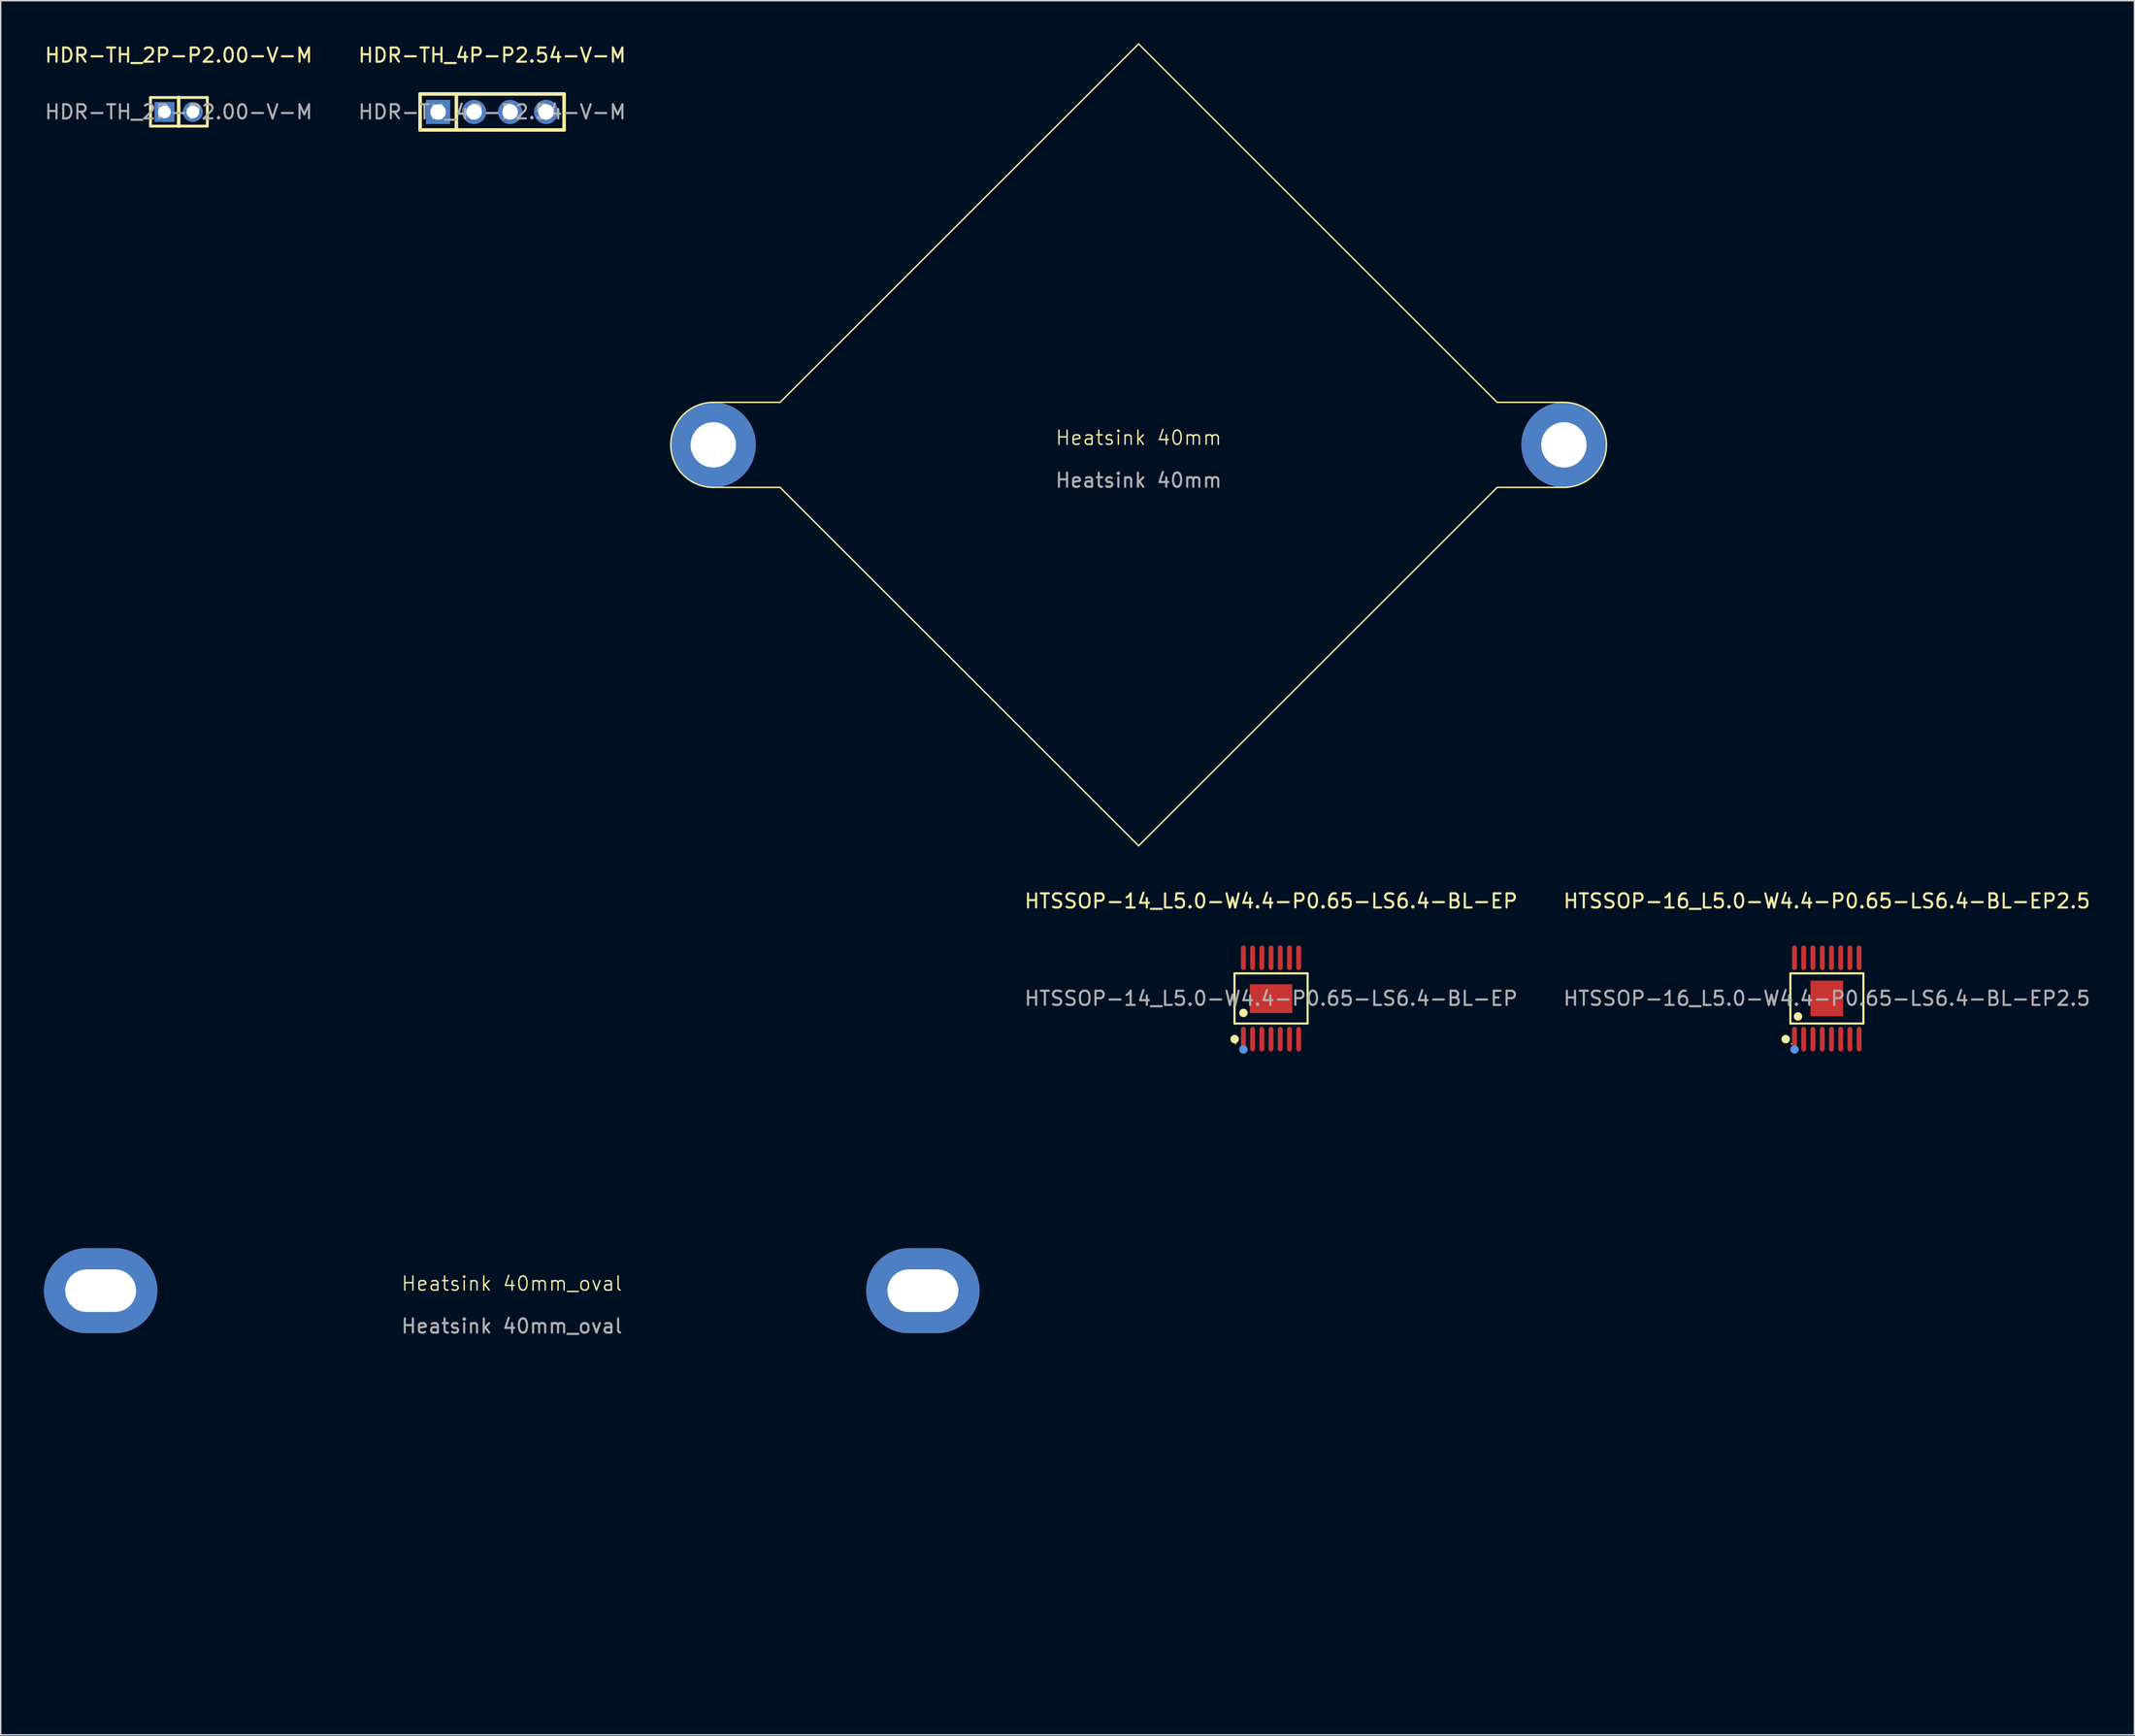
<source format=kicad_pcb>
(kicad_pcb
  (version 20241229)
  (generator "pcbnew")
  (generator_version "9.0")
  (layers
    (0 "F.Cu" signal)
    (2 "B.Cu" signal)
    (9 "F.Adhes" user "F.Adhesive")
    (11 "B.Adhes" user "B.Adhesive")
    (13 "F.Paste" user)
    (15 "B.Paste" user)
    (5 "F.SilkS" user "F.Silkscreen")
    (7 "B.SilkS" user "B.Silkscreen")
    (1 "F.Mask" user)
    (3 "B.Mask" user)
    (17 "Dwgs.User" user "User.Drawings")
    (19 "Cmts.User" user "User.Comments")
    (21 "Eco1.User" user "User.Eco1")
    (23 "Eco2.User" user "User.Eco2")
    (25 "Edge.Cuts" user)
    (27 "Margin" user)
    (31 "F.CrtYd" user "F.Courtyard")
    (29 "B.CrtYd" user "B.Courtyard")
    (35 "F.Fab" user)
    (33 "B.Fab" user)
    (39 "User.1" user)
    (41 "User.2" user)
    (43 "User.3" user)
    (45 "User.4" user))
  (footprint "HTSSOP-14_L5.0-W4.4-P0.65-LS6.4-BL-EP"
    (layer "F.Cu")
    (at 86.606 67.387)
    (property "Reference" "HTSSOP-14_L5.0-W4.4-P0.65-LS6.4-BL-EP" (at 0 -6.87 0) (layer "F.SilkS") (effects (font (size 1 1) (thickness 0.15))))
    (attr smd)
    (fp_line (start -2.58 -1.77) (end 2.58 -1.77) (stroke (width 0.15) (type solid)) (layer "F.SilkS"))
    (fp_line (start -2.58 1.77) (end -2.58 -1.77) (stroke (width 0.15) (type solid)) (layer "F.SilkS"))
    (fp_line (start 2.58 -1.77) (end 2.58 1.77) (stroke (width 0.15) (type solid)) (layer "F.SilkS"))
    (fp_line (start 2.58 1.77) (end -2.58 1.77) (stroke (width 0.15) (type solid)) (layer "F.SilkS"))
    (fp_circle (center -2.57 2.87) (end -2.42 2.87) (stroke (width 0.3) (type solid)) (fill no) (layer "F.SilkS"))
    (fp_circle (center -1.95 1.02) (end -1.8 1.02) (stroke (width 0.3) (type solid)) (fill no) (layer "F.SilkS"))
    (fp_circle (center -1.95 3.6) (end -1.8 3.6) (stroke (width 0.3) (type solid)) (fill no) (layer "Cmts.User"))
    (fp_circle (center -2.5 3.2) (end -2.47 3.2) (stroke (width 0.06) (type solid)) (fill no) (layer "F.Fab"))
    (fp_text user "${REFERENCE}" (at 0 0 0) (layer "F.Fab") (effects (font (size 1 1) (thickness 0.15))))
    (pad "1" smd oval (at -1.95 2.87) (size 0.34 1.73) (layers "F.Cu" "F.Mask" "F.Paste"))
    (pad "2" smd oval (at -1.3 2.87) (size 0.34 1.73) (layers "F.Cu" "F.Mask" "F.Paste"))
    (pad "3" smd oval (at -0.65 2.87) (size 0.34 1.73) (layers "F.Cu" "F.Mask" "F.Paste"))
    (pad "4" smd oval (at 0 2.87) (size 0.34 1.73) (layers "F.Cu" "F.Mask" "F.Paste"))
    (pad "5" smd oval (at 0.65 2.87) (size 0.34 1.73) (layers "F.Cu" "F.Mask" "F.Paste"))
    (pad "6" smd oval (at 1.3 2.87) (size 0.34 1.73) (layers "F.Cu" "F.Mask" "F.Paste"))
    (pad "7" smd oval (at 1.95 2.87) (size 0.34 1.73) (layers "F.Cu" "F.Mask" "F.Paste"))
    (pad "8" smd oval (at 1.95 -2.87) (size 0.34 1.73) (layers "F.Cu" "F.Mask" "F.Paste"))
    (pad "9" smd oval (at 1.3 -2.87) (size 0.34 1.73) (layers "F.Cu" "F.Mask" "F.Paste"))
    (pad "10" smd oval (at 0.65 -2.87) (size 0.34 1.73) (layers "F.Cu" "F.Mask" "F.Paste"))
    (pad "11" smd oval (at 0 -2.87) (size 0.34 1.73) (layers "F.Cu" "F.Mask" "F.Paste"))
    (pad "12" smd oval (at -0.65 -2.87) (size 0.34 1.73) (layers "F.Cu" "F.Mask" "F.Paste"))
    (pad "13" smd oval (at -1.3 -2.87) (size 0.34 1.73) (layers "F.Cu" "F.Mask" "F.Paste"))
    (pad "14" smd oval (at -1.95 -2.87) (size 0.34 1.73) (layers "F.Cu" "F.Mask" "F.Paste"))
    (pad "15" smd rect (at 0 0.015) (size 3 2.03) (layers "F.Cu" "F.Mask" "F.Paste")))
  (footprint "Heatsink 40mm"
    (layer "F.Cu")
    (at 77.264 28.334)
    (property "Reference" "Heatsink 40mm" (at 0 -0.5 0) (unlocked yes) (layer "F.SilkS") (effects (font (size 1 1) (thickness 0.1))))
    (fp_line (start -30 -3) (end -25.29 -3) (stroke (width 0.1) (type default)) (layer "F.SilkS"))
    (fp_line (start -30 3) (end -25.29 3) (stroke (width 0.1) (type default)) (layer "F.SilkS"))
    (fp_line (start 0 -28.284) (end -25.29 -3) (stroke (width 0.1) (type default)) (layer "F.SilkS"))
    (fp_line (start 0 -28.284) (end 25.29 -3) (stroke (width 0.1) (type default)) (layer "F.SilkS"))
    (fp_line (start 0 28.284) (end -25.29 3) (stroke (width 0.1) (type default)) (layer "F.SilkS"))
    (fp_line (start 25.29 3) (end 0 28.284) (stroke (width 0.1) (type default)) (layer "F.SilkS"))
    (fp_line (start 30 -3) (end 25.29 -3) (stroke (width 0.1) (type default)) (layer "F.SilkS"))
    (fp_line (start 30 3) (end 25.29 3) (stroke (width 0.1) (type default)) (layer "F.SilkS"))
    (fp_arc (start -30 3) (mid -33 0) (end -30 -3) (stroke (width 0.1) (type default)) (layer "F.SilkS"))
    (fp_arc (start 30 -3) (mid 33 0) (end 30 3) (stroke (width 0.1) (type default)) (layer "F.SilkS"))
    (fp_text user "${REFERENCE}" (at 0 2.5 0) (unlocked yes) (layer "F.Fab") (effects (font (size 1 1) (thickness 0.15))))
    (pad "" np_thru_hole circle (at -30 0) (size 6 6) (drill 3.2) (layers "*.Cu" "*.Mask"))
    (pad "" np_thru_hole circle (at 30 0) (size 6 6) (drill 3.2) (layers "*.Cu" "*.Mask")))
  (footprint "HDR-TH_2P-P2.00-V-M"
    (layer "F.Cu")
    (at 9.554 4.848)
    (property "Reference" "HDR-TH_2P-P2.00-V-M" (at 0 -4 0) (layer "F.SilkS") (effects (font (size 1 1) (thickness 0.15))))
    (attr smd)
    (fp_line (start -1.99 -1.02) (end 2.02 -1.02) (stroke (width 0.2) (type solid)) (layer "F.SilkS"))
    (fp_line (start -1.99 1) (end -1.99 -1.02) (stroke (width 0.2) (type solid)) (layer "F.SilkS"))
    (fp_line (start 0 -1.02) (end 0 1) (stroke (width 0.25) (type solid)) (layer "F.SilkS"))
    (fp_line (start 2.02 -1.02) (end 2.02 1) (stroke (width 0.2) (type solid)) (layer "F.SilkS"))
    (fp_line (start 2.02 1) (end -1.99 1) (stroke (width 0.2) (type solid)) (layer "F.SilkS"))
    (fp_circle (center -2 1) (end -1.97 1) (stroke (width 0.06) (type solid)) (fill no) (layer "F.Fab"))
    (fp_text user "${REFERENCE}" (at 0 0 0) (layer "F.Fab") (effects (font (size 1 1) (thickness 0.15))))
    (pad "1" thru_hole rect (at -1 0) (size 1.4 1.4) (drill 0.9) (layers "*.Cu" "*.Paste" "*.Mask"))
    (pad "2" thru_hole circle (at 1 0) (size 1.4 1.4) (drill 0.9) (layers "*.Cu" "*.Paste" "*.Mask")))
  (footprint "HDR-TH_4P-P2.54-V-M"
    (layer "F.Cu")
    (at 31.661 4.848)
    (property "Reference" "HDR-TH_4P-P2.54-V-M" (at 0 -4 0) (layer "F.SilkS") (effects (font (size 1 1) (thickness 0.15))))
    (attr smd)
    (fp_line (start -5.08 -1.27) (end -2.52 -1.27) (stroke (width 0.25) (type solid)) (layer "F.SilkS"))
    (fp_line (start -5.08 1.27) (end -5.08 -1.27) (stroke (width 0.25) (type solid)) (layer "F.SilkS"))
    (fp_line (start -2.52 -1.27) (end -2.52 1.27) (stroke (width 0.25) (type solid)) (layer "F.SilkS"))
    (fp_line (start -2.52 -1.27) (end 5.08 -1.27) (stroke (width 0.25) (type solid)) (layer "F.SilkS"))
    (fp_line (start 5.08 -1.27) (end 5.08 1.27) (stroke (width 0.25) (type solid)) (layer "F.SilkS"))
    (fp_line (start 5.08 1.27) (end -5.08 1.27) (stroke (width 0.25) (type solid)) (layer "F.SilkS"))
    (fp_circle (center -5.08 1.25) (end -5.05 1.25) (stroke (width 0.06) (type solid)) (fill no) (layer "F.Fab"))
    (fp_text user "${REFERENCE}" (at 0 0 0) (layer "F.Fab") (effects (font (size 1 1) (thickness 0.15))))
    (pad "1" thru_hole rect (at -3.81 0) (size 1.7 1.7) (drill 1.1) (layers "*.Cu" "*.Paste" "*.Mask"))
    (pad "2" thru_hole circle (at -1.27 0) (size 1.7 1.7) (drill 1.1) (layers "*.Cu" "*.Paste" "*.Mask"))
    (pad "3" thru_hole circle (at 1.27 0) (size 1.7 1.7) (drill 1.1) (layers "*.Cu" "*.Paste" "*.Mask"))
    (pad "4" thru_hole circle (at 3.81 0) (size 1.7 1.7) (drill 1.1) (layers "*.Cu" "*.Paste" "*.Mask")))
  (footprint "Heatsink 40mm_oval"
    (layer "F.Cu")
    (at 33.05 88.003)
    (property "Reference" "Heatsink 40mm_oval" (at 0 -0.5 0) (unlocked yes) (layer "F.SilkS") (effects (font (size 1 1) (thickness 0.1))))
    (fp_line (start -30 -3) (end -25.29 -3) (stroke (width 0.1) (type default)) (layer "User.2"))
    (fp_line (start -30 3) (end -25.29 3) (stroke (width 0.1) (type default)) (layer "User.2"))
    (fp_line (start 0 -28.284) (end -25.29 -3) (stroke (width 0.1) (type default)) (layer "User.2"))
    (fp_line (start 0 -28.284) (end 25.29 -3) (stroke (width 0.1) (type default)) (layer "User.2"))
    (fp_line (start 0 28.284) (end -25.29 3) (stroke (width 0.1) (type default)) (layer "User.2"))
    (fp_line (start 25.29 3) (end 0 28.284) (stroke (width 0.1) (type default)) (layer "User.2"))
    (fp_line (start 30 -3) (end 25.29 -3) (stroke (width 0.1) (type default)) (layer "User.2"))
    (fp_line (start 30 3) (end 25.29 3) (stroke (width 0.1) (type default)) (layer "User.2"))
    (fp_arc (start -30 3) (mid -33 0) (end -30 -3) (stroke (width 0.1) (type default)) (layer "User.2"))
    (fp_arc (start 30 -3) (mid 33 0) (end 30 3) (stroke (width 0.1) (type default)) (layer "User.2"))
    (fp_text user "${REFERENCE}" (at 0 2.5 0) (unlocked yes) (layer "F.Fab") (effects (font (size 1 1) (thickness 0.15))))
    (pad "1" thru_hole oval (at -29 0) (size 8 6) (drill oval 5 3) (layers "*.Cu" "*.Mask"))
    (pad "2" thru_hole oval (at 29 0) (size 8 6) (drill oval 5 3) (layers "*.Cu" "*.Mask")))
  (footprint "HTSSOP-16_L5.0-W4.4-P0.65-LS6.4-BL-EP2.5"
    (layer "F.Cu")
    (at 125.808 67.387)
    (property "Reference" "HTSSOP-16_L5.0-W4.4-P0.65-LS6.4-BL-EP2.5" (at 0 -6.87 0) (layer "F.SilkS") (effects (font (size 1 1) (thickness 0.15))))
    (attr smd)
    (fp_line (start -2.57 -1.77) (end 2.58 -1.77) (stroke (width 0.15) (type solid)) (layer "F.SilkS"))
    (fp_line (start -2.57 1.77) (end -2.57 -1.77) (stroke (width 0.15) (type solid)) (layer "F.SilkS"))
    (fp_line (start 2.58 -1.77) (end 2.58 1.77) (stroke (width 0.15) (type solid)) (layer "F.SilkS"))
    (fp_line (start 2.58 1.77) (end -2.57 1.77) (stroke (width 0.15) (type solid)) (layer "F.SilkS"))
    (fp_circle (center -2.9 2.87) (end -2.75 2.87) (stroke (width 0.3) (type solid)) (fill no) (layer "F.SilkS"))
    (fp_circle (center -2.03 1.27) (end -1.88 1.27) (stroke (width 0.3) (type solid)) (fill no) (layer "F.SilkS"))
    (fp_circle (center -2.28 3.6) (end -2.13 3.6) (stroke (width 0.3) (type solid)) (fill no) (layer "Cmts.User"))
    (fp_circle (center -2.5 3.2) (end -2.47 3.2) (stroke (width 0.06) (type solid)) (fill no) (layer "F.Fab"))
    (fp_text user "${REFERENCE}" (at 0 0 0) (layer "F.Fab") (effects (font (size 1 1) (thickness 0.15))))
    (pad "1" smd oval (at -2.28 2.87) (size 0.34 1.73) (layers "F.Cu" "F.Mask" "F.Paste"))
    (pad "2" smd oval (at -1.63 2.87) (size 0.34 1.73) (layers "F.Cu" "F.Mask" "F.Paste"))
    (pad "3" smd oval (at -0.98 2.87) (size 0.34 1.73) (layers "F.Cu" "F.Mask" "F.Paste"))
    (pad "4" smd oval (at -0.32 2.87) (size 0.34 1.73) (layers "F.Cu" "F.Mask" "F.Paste"))
    (pad "5" smd oval (at 0.33 2.87) (size 0.34 1.73) (layers "F.Cu" "F.Mask" "F.Paste"))
    (pad "6" smd oval (at 0.98 2.87) (size 0.34 1.73) (layers "F.Cu" "F.Mask" "F.Paste"))
    (pad "7" smd oval (at 1.63 2.87) (size 0.34 1.73) (layers "F.Cu" "F.Mask" "F.Paste"))
    (pad "8" smd oval (at 2.28 2.87) (size 0.34 1.73) (layers "F.Cu" "F.Mask" "F.Paste"))
    (pad "9" smd oval (at 2.28 -2.87) (size 0.34 1.73) (layers "F.Cu" "F.Mask" "F.Paste"))
    (pad "10" smd oval (at 1.63 -2.87) (size 0.34 1.73) (layers "F.Cu" "F.Mask" "F.Paste"))
    (pad "11" smd oval (at 0.98 -2.87) (size 0.34 1.73) (layers "F.Cu" "F.Mask" "F.Paste"))
    (pad "12" smd oval (at 0.33 -2.87) (size 0.34 1.73) (layers "F.Cu" "F.Mask" "F.Paste"))
    (pad "13" smd oval (at -0.32 -2.87) (size 0.34 1.73) (layers "F.Cu" "F.Mask" "F.Paste"))
    (pad "14" smd oval (at -0.98 -2.87) (size 0.34 1.73) (layers "F.Cu" "F.Mask" "F.Paste"))
    (pad "15" smd oval (at -1.63 -2.87) (size 0.34 1.73) (layers "F.Cu" "F.Mask" "F.Paste"))
    (pad "16" smd oval (at -2.28 -2.87) (size 0.34 1.73) (layers "F.Cu" "F.Mask" "F.Paste"))
    (pad "17" smd rect (at 0 0) (size 2.3 2.51) (layers "F.Cu" "F.Mask" "F.Paste")))
  (gr_rect
    (start -3 -3)
    (end 147.505 119.337)
    (stroke (width 0.1) (type default))
    (fill no)
    (layer "Edge.Cuts")))
</source>
